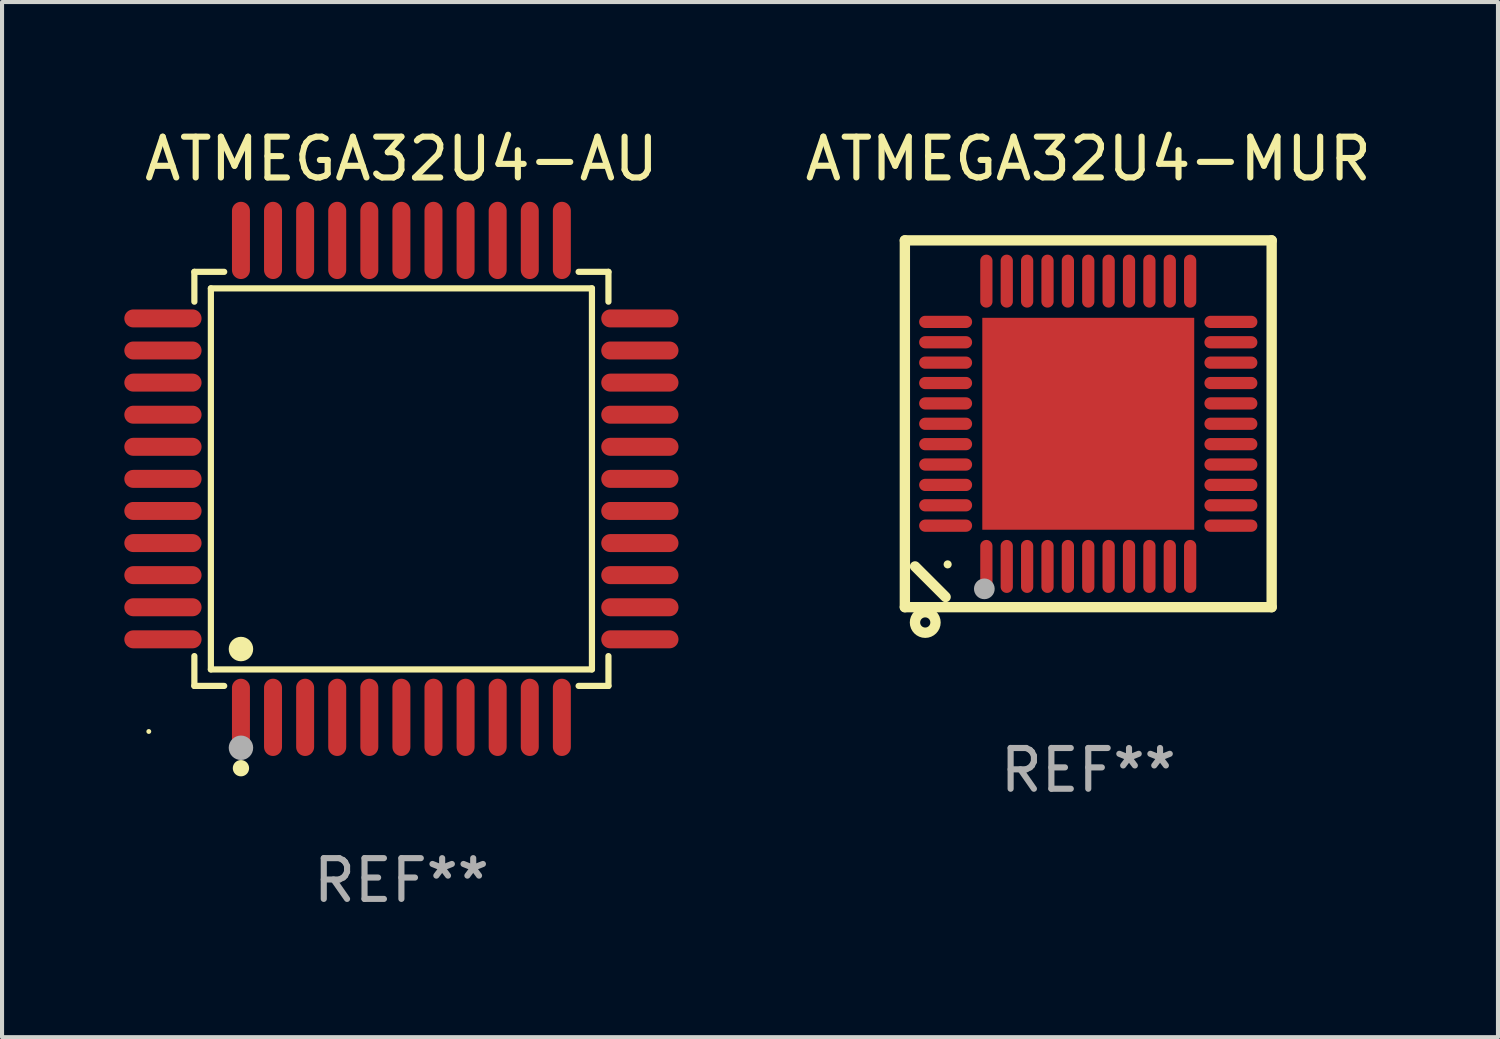
<source format=kicad_pcb>
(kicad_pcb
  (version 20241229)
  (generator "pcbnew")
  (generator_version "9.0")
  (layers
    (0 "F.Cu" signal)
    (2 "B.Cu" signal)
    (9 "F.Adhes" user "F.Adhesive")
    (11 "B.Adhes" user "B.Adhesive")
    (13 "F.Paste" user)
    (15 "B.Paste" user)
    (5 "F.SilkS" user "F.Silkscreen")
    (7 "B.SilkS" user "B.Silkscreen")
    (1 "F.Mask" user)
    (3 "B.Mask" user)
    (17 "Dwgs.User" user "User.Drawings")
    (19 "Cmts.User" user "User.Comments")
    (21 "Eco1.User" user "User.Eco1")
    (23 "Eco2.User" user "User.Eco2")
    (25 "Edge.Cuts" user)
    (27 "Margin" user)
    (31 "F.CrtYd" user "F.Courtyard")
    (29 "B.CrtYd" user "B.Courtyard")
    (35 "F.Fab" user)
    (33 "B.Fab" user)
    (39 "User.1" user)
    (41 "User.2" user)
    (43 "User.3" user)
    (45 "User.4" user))
  (footprint "ATMEGA32U4-MUR"
    (layer "F.Cu")
    (at 23.652 7.348)
    (property "Reference" "ATMEGA32U4-MUR" (at 0 -6.5 0) (layer "F.SilkS") (effects (font (size 1 1) (thickness 0.15))))
    (attr through_hole)
    (fp_line (start -4.5 -4.5) (end -4.5 4.5) (stroke (width 0.254) (type solid)) (layer "F.SilkS"))
    (fp_line (start -4.5 4.5) (end 4.5 4.5) (stroke (width 0.254) (type solid)) (layer "F.SilkS"))
    (fp_line (start -3.5 4.25) (end -4.25 3.5) (stroke (width 0.254) (type solid)) (layer "F.SilkS"))
    (fp_line (start 4.5 -4.5) (end -4.5 -4.5) (stroke (width 0.254) (type solid)) (layer "F.SilkS"))
    (fp_line (start 4.5 4.5) (end 4.5 -4.5) (stroke (width 0.254) (type solid)) (layer "F.SilkS"))
    (fp_circle (center -4 4.875) (end -3.875 4.875) (stroke (width 0.254) (type solid)) (fill no) (layer "F.SilkS"))
    (fp_circle (center -3.45 3.45) (end -3.4 3.45) (stroke (width 0.1) (type solid)) (fill no) (layer "F.SilkS"))
    (fp_circle (center -2.55 4.05) (end -2.423 4.05) (stroke (width 0.254) (type solid)) (fill no) (layer "F.Fab"))
    (fp_text user "REF**" (at 0 8.5 0) (layer "F.Fab") (effects (font (size 1 1) (thickness 0.15))))
    (pad "1" smd oval (at -2.5 3.5 90) (size 1.3 0.3) (layers "F.Cu" "F.Mask" "F.Paste"))
    (pad "2" smd oval (at -2 3.5 90) (size 1.3 0.3) (layers "F.Cu" "F.Mask" "F.Paste"))
    (pad "3" smd oval (at -1.5 3.5 90) (size 1.3 0.3) (layers "F.Cu" "F.Mask" "F.Paste"))
    (pad "4" smd oval (at -1 3.5 90) (size 1.3 0.3) (layers "F.Cu" "F.Mask" "F.Paste"))
    (pad "5" smd oval (at -0.5 3.5 90) (size 1.3 0.3) (layers "F.Cu" "F.Mask" "F.Paste"))
    (pad "6" smd oval (at 0.000025 3.5 90) (size 1.3 0.3) (layers "F.Cu" "F.Mask" "F.Paste"))
    (pad "7" smd oval (at 0.5 3.5 90) (size 1.3 0.3) (layers "F.Cu" "F.Mask" "F.Paste"))
    (pad "8" smd oval (at 1 3.5 90) (size 1.3 0.3) (layers "F.Cu" "F.Mask" "F.Paste"))
    (pad "9" smd oval (at 1.5 3.5 90) (size 1.3 0.3) (layers "F.Cu" "F.Mask" "F.Paste"))
    (pad "10" smd oval (at 2 3.5 90) (size 1.3 0.3) (layers "F.Cu" "F.Mask" "F.Paste"))
    (pad "11" smd oval (at 2.5 3.5 90) (size 1.3 0.3) (layers "F.Cu" "F.Mask" "F.Paste"))
    (pad "12" smd oval (at 3.5 2.5 90) (size 0.3 1.3) (layers "F.Cu" "F.Mask" "F.Paste"))
    (pad "13" smd oval (at 3.5 2 90) (size 0.3 1.3) (layers "F.Cu" "F.Mask" "F.Paste"))
    (pad "14" smd oval (at 3.5 1.5 90) (size 0.3 1.3) (layers "F.Cu" "F.Mask" "F.Paste"))
    (pad "15" smd oval (at 3.5 1 90) (size 0.3 1.3) (layers "F.Cu" "F.Mask" "F.Paste"))
    (pad "16" smd oval (at 3.5 0.5 90) (size 0.3 1.3) (layers "F.Cu" "F.Mask" "F.Paste"))
    (pad "17" smd oval (at 3.5 0.000025 90) (size 0.3 1.3) (layers "F.Cu" "F.Mask" "F.Paste"))
    (pad "18" smd oval (at 3.5 -0.5 90) (size 0.3 1.3) (layers "F.Cu" "F.Mask" "F.Paste"))
    (pad "19" smd oval (at 3.5 -1 90) (size 0.3 1.3) (layers "F.Cu" "F.Mask" "F.Paste"))
    (pad "20" smd oval (at 3.5 -1.5 90) (size 0.3 1.3) (layers "F.Cu" "F.Mask" "F.Paste"))
    (pad "21" smd oval (at 3.5 -2 90) (size 0.3 1.3) (layers "F.Cu" "F.Mask" "F.Paste"))
    (pad "22" smd oval (at 3.5 -2.5 90) (size 0.3 1.3) (layers "F.Cu" "F.Mask" "F.Paste"))
    (pad "23" smd oval (at 2.5 -3.5 90) (size 1.3 0.3) (layers "F.Cu" "F.Mask" "F.Paste"))
    (pad "24" smd oval (at 2 -3.5 90) (size 1.3 0.3) (layers "F.Cu" "F.Mask" "F.Paste"))
    (pad "25" smd oval (at 1.5 -3.5 90) (size 1.3 0.3) (layers "F.Cu" "F.Mask" "F.Paste"))
    (pad "26" smd oval (at 1 -3.5 90) (size 1.3 0.3) (layers "F.Cu" "F.Mask" "F.Paste"))
    (pad "27" smd oval (at 0.5 -3.5 90) (size 1.3 0.3) (layers "F.Cu" "F.Mask" "F.Paste"))
    (pad "28" smd oval (at 0.000025 -3.5 90) (size 1.3 0.3) (layers "F.Cu" "F.Mask" "F.Paste"))
    (pad "29" smd oval (at -0.5 -3.5 90) (size 1.3 0.3) (layers "F.Cu" "F.Mask" "F.Paste"))
    (pad "30" smd oval (at -1 -3.5 90) (size 1.3 0.3) (layers "F.Cu" "F.Mask" "F.Paste"))
    (pad "31" smd oval (at -1.5 -3.5 90) (size 1.3 0.3) (layers "F.Cu" "F.Mask" "F.Paste"))
    (pad "32" smd oval (at -2 -3.5 90) (size 1.3 0.3) (layers "F.Cu" "F.Mask" "F.Paste"))
    (pad "33" smd oval (at -2.5 -3.5 90) (size 1.3 0.3) (layers "F.Cu" "F.Mask" "F.Paste"))
    (pad "34" smd oval (at -3.5 -2.5 90) (size 0.3 1.3) (layers "F.Cu" "F.Mask" "F.Paste"))
    (pad "35" smd oval (at -3.5 -2 90) (size 0.3 1.3) (layers "F.Cu" "F.Mask" "F.Paste"))
    (pad "36" smd oval (at -3.5 -1.5 90) (size 0.3 1.3) (layers "F.Cu" "F.Mask" "F.Paste"))
    (pad "37" smd oval (at -3.5 -1 90) (size 0.3 1.3) (layers "F.Cu" "F.Mask" "F.Paste"))
    (pad "38" smd oval (at -3.5 -0.5 90) (size 0.3 1.3) (layers "F.Cu" "F.Mask" "F.Paste"))
    (pad "39" smd oval (at -3.5 0.000025 90) (size 0.3 1.3) (layers "F.Cu" "F.Mask" "F.Paste"))
    (pad "40" smd oval (at -3.5 0.5 90) (size 0.3 1.3) (layers "F.Cu" "F.Mask" "F.Paste"))
    (pad "41" smd oval (at -3.5 1 90) (size 0.3 1.3) (layers "F.Cu" "F.Mask" "F.Paste"))
    (pad "42" smd oval (at -3.5 1.5 90) (size 0.3 1.3) (layers "F.Cu" "F.Mask" "F.Paste"))
    (pad "43" smd oval (at -3.5 2 90) (size 0.3 1.3) (layers "F.Cu" "F.Mask" "F.Paste"))
    (pad "44" smd oval (at -3.5 2.5 90) (size 0.3 1.3) (layers "F.Cu" "F.Mask" "F.Paste"))
    (pad "45" smd rect (at 0.000025 0.000025 90) (size 5.2 5.2) (layers "F.Cu" "F.Mask" "F.Paste")))
  (footprint "ATMEGA32U4-AU"
    (layer "F.Cu")
    (at 6.799 8.7)
    (property "Reference" "ATMEGA32U4-AU" (at 0 -7.851 0) (layer "F.SilkS") (effects (font (size 1 1) (thickness 0.15))))
    (attr through_hole)
    (fp_line (start -5.08 -5.08) (end -4.348 -5.08) (stroke (width 0.152) (type solid)) (layer "F.SilkS"))
    (fp_line (start -5.08 -4.348) (end -5.08 -5.08) (stroke (width 0.152) (type solid)) (layer "F.SilkS"))
    (fp_line (start -5.08 4.348) (end -5.08 5.08) (stroke (width 0.152) (type solid)) (layer "F.SilkS"))
    (fp_line (start -5.08 5.08) (end -4.348 5.08) (stroke (width 0.152) (type solid)) (layer "F.SilkS"))
    (fp_line (start -4.675 -4.675) (end 4.675 -4.675) (stroke (width 0.152) (type solid)) (layer "F.SilkS"))
    (fp_line (start -4.675 4.675) (end -4.675 -4.675) (stroke (width 0.152) (type solid)) (layer "F.SilkS"))
    (fp_line (start 4.675 -4.675) (end 4.675 4.675) (stroke (width 0.152) (type solid)) (layer "F.SilkS"))
    (fp_line (start 4.675 4.675) (end -4.675 4.675) (stroke (width 0.152) (type solid)) (layer "F.SilkS"))
    (fp_line (start 5.08 -5.08) (end 4.348 -5.08) (stroke (width 0.152) (type solid)) (layer "F.SilkS"))
    (fp_line (start 5.08 -4.348) (end 5.08 -5.08) (stroke (width 0.152) (type solid)) (layer "F.SilkS"))
    (fp_line (start 5.08 4.348) (end 5.08 5.08) (stroke (width 0.152) (type solid)) (layer "F.SilkS"))
    (fp_line (start 5.08 5.08) (end 4.348 5.08) (stroke (width 0.152) (type solid)) (layer "F.SilkS"))
    (fp_circle (center -6.198 6.198) (end -6.168 6.198) (stroke (width 0.06) (type solid)) (fill no) (layer "F.SilkS"))
    (fp_circle (center -3.937 4.175) (end -3.787 4.175) (stroke (width 0.3) (type solid)) (fill no) (layer "F.SilkS"))
    (fp_circle (center -3.937 7.099) (end -3.837 7.099) (stroke (width 0.2) (type solid)) (fill no) (layer "F.SilkS"))
    (fp_circle (center -3.937 6.598) (end -3.787 6.598) (stroke (width 0.3) (type solid)) (fill no) (layer "F.Fab"))
    (fp_text user "REF**" (at 0 9.851 0) (layer "F.Fab") (effects (font (size 1 1) (thickness 0.15))))
    (pad "1" smd oval (at -3.937 5.851) (size 0.441 1.895) (layers "F.Cu" "F.Mask" "F.Paste"))
    (pad "2" smd oval (at -3.15 5.851) (size 0.441 1.895) (layers "F.Cu" "F.Mask" "F.Paste"))
    (pad "3" smd oval (at -2.362 5.851) (size 0.441 1.895) (layers "F.Cu" "F.Mask" "F.Paste"))
    (pad "4" smd oval (at -1.575 5.851) (size 0.441 1.895) (layers "F.Cu" "F.Mask" "F.Paste"))
    (pad "5" smd oval (at -0.787 5.851) (size 0.441 1.895) (layers "F.Cu" "F.Mask" "F.Paste"))
    (pad "6" smd oval (at 0 5.851) (size 0.441 1.895) (layers "F.Cu" "F.Mask" "F.Paste"))
    (pad "7" smd oval (at 0.787 5.851) (size 0.441 1.895) (layers "F.Cu" "F.Mask" "F.Paste"))
    (pad "8" smd oval (at 1.575 5.851) (size 0.441 1.895) (layers "F.Cu" "F.Mask" "F.Paste"))
    (pad "9" smd oval (at 2.362 5.851) (size 0.441 1.895) (layers "F.Cu" "F.Mask" "F.Paste"))
    (pad "10" smd oval (at 3.15 5.851) (size 0.441 1.895) (layers "F.Cu" "F.Mask" "F.Paste"))
    (pad "11" smd oval (at 3.937 5.851) (size 0.441 1.895) (layers "F.Cu" "F.Mask" "F.Paste"))
    (pad "12" smd oval (at 5.851 3.937) (size 1.895 0.441) (layers "F.Cu" "F.Mask" "F.Paste"))
    (pad "13" smd oval (at 5.851 3.15) (size 1.895 0.441) (layers "F.Cu" "F.Mask" "F.Paste"))
    (pad "14" smd oval (at 5.851 2.362) (size 1.895 0.441) (layers "F.Cu" "F.Mask" "F.Paste"))
    (pad "15" smd oval (at 5.851 1.575) (size 1.895 0.441) (layers "F.Cu" "F.Mask" "F.Paste"))
    (pad "16" smd oval (at 5.851 0.787) (size 1.895 0.441) (layers "F.Cu" "F.Mask" "F.Paste"))
    (pad "17" smd oval (at 5.851 0) (size 1.895 0.441) (layers "F.Cu" "F.Mask" "F.Paste"))
    (pad "18" smd oval (at 5.851 -0.787) (size 1.895 0.441) (layers "F.Cu" "F.Mask" "F.Paste"))
    (pad "19" smd oval (at 5.851 -1.575) (size 1.895 0.441) (layers "F.Cu" "F.Mask" "F.Paste"))
    (pad "20" smd oval (at 5.851 -2.362) (size 1.895 0.441) (layers "F.Cu" "F.Mask" "F.Paste"))
    (pad "21" smd oval (at 5.851 -3.15) (size 1.895 0.441) (layers "F.Cu" "F.Mask" "F.Paste"))
    (pad "22" smd oval (at 5.851 -3.937) (size 1.895 0.441) (layers "F.Cu" "F.Mask" "F.Paste"))
    (pad "23" smd oval (at 3.937 -5.851) (size 0.441 1.895) (layers "F.Cu" "F.Mask" "F.Paste"))
    (pad "24" smd oval (at 3.15 -5.851) (size 0.441 1.895) (layers "F.Cu" "F.Mask" "F.Paste"))
    (pad "25" smd oval (at 2.362 -5.851) (size 0.441 1.895) (layers "F.Cu" "F.Mask" "F.Paste"))
    (pad "26" smd oval (at 1.575 -5.851) (size 0.441 1.895) (layers "F.Cu" "F.Mask" "F.Paste"))
    (pad "27" smd oval (at 0.787 -5.851) (size 0.441 1.895) (layers "F.Cu" "F.Mask" "F.Paste"))
    (pad "28" smd oval (at 0 -5.851) (size 0.441 1.895) (layers "F.Cu" "F.Mask" "F.Paste"))
    (pad "29" smd oval (at -0.787 -5.851) (size 0.441 1.895) (layers "F.Cu" "F.Mask" "F.Paste"))
    (pad "30" smd oval (at -1.575 -5.851) (size 0.441 1.895) (layers "F.Cu" "F.Mask" "F.Paste"))
    (pad "31" smd oval (at -2.362 -5.851) (size 0.441 1.895) (layers "F.Cu" "F.Mask" "F.Paste"))
    (pad "32" smd oval (at -3.15 -5.851) (size 0.441 1.895) (layers "F.Cu" "F.Mask" "F.Paste"))
    (pad "33" smd oval (at -3.937 -5.851) (size 0.441 1.895) (layers "F.Cu" "F.Mask" "F.Paste"))
    (pad "34" smd oval (at -5.851 -3.937) (size 1.895 0.441) (layers "F.Cu" "F.Mask" "F.Paste"))
    (pad "35" smd oval (at -5.851 -3.15) (size 1.895 0.441) (layers "F.Cu" "F.Mask" "F.Paste"))
    (pad "36" smd oval (at -5.851 -2.362) (size 1.895 0.441) (layers "F.Cu" "F.Mask" "F.Paste"))
    (pad "37" smd oval (at -5.851 -1.575) (size 1.895 0.441) (layers "F.Cu" "F.Mask" "F.Paste"))
    (pad "38" smd oval (at -5.851 -0.787) (size 1.895 0.441) (layers "F.Cu" "F.Mask" "F.Paste"))
    (pad "39" smd oval (at -5.851 0) (size 1.895 0.441) (layers "F.Cu" "F.Mask" "F.Paste"))
    (pad "40" smd oval (at -5.851 0.787) (size 1.895 0.441) (layers "F.Cu" "F.Mask" "F.Paste"))
    (pad "41" smd oval (at -5.851 1.575) (size 1.895 0.441) (layers "F.Cu" "F.Mask" "F.Paste"))
    (pad "42" smd oval (at -5.851 2.362) (size 1.895 0.441) (layers "F.Cu" "F.Mask" "F.Paste"))
    (pad "43" smd oval (at -5.851 3.15) (size 1.895 0.441) (layers "F.Cu" "F.Mask" "F.Paste"))
    (pad "44" smd oval (at -5.851 3.937) (size 1.895 0.441) (layers "F.Cu" "F.Mask" "F.Paste")))
  (gr_rect
    (start -3 -3)
    (end 33.705 22.399)
    (stroke (width 0.1) (type default))
    (fill no)
    (layer "Edge.Cuts")))
</source>
